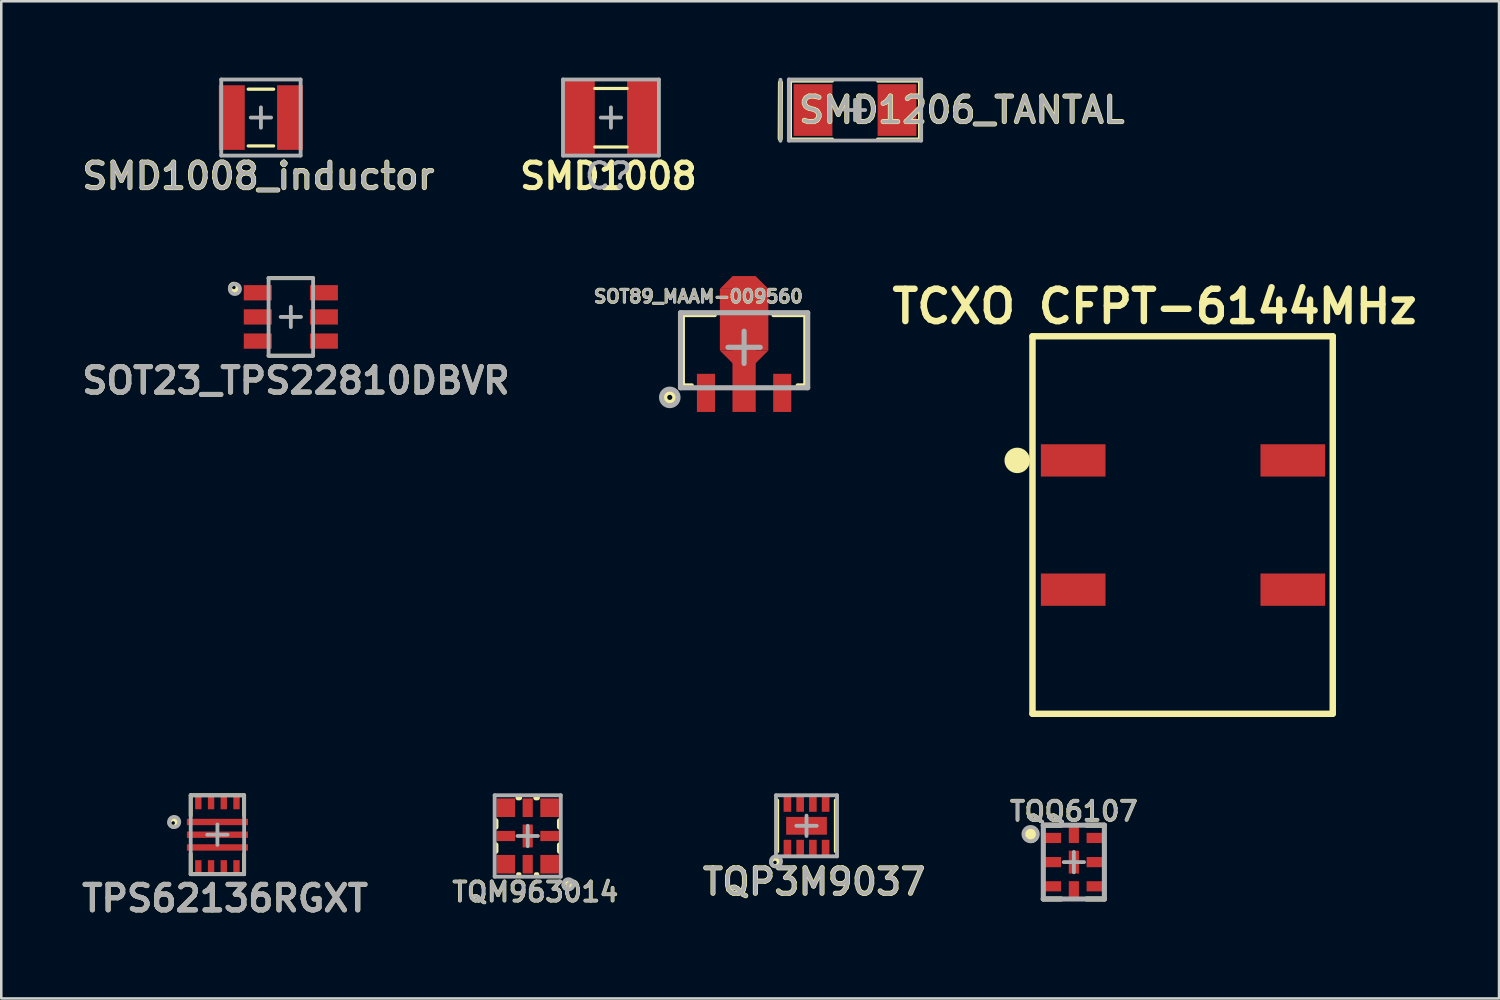
<source format=kicad_pcb>
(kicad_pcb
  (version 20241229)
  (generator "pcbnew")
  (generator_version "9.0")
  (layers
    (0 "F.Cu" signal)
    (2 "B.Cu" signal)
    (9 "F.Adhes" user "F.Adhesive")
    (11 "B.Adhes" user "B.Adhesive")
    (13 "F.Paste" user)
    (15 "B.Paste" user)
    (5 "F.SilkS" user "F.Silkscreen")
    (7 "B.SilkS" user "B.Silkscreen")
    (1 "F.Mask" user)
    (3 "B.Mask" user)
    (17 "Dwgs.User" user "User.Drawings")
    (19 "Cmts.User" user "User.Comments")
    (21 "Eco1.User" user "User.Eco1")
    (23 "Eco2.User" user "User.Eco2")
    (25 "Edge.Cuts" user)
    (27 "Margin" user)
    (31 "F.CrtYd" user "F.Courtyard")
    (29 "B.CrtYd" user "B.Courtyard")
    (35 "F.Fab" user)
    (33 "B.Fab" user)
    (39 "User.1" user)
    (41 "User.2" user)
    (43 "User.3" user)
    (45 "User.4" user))
  (footprint "SOT89_MAAM-009560"
    (layer "F.Cu")
    (at 26.195 10.6)
    (property "Reference" "SOT89_MAAM-009560" (at -1.8 -2 0) (layer "F.SilkS") (effects (font (size 0.5 0.5) (thickness 0.125))))
    (attr through_hole)
    (fp_line (start -2.4 -1.26) (end -1.15 -1.26) (stroke (width 0.15) (type solid)) (layer "F.SilkS"))
    (fp_line (start -2.4 1.49) (end -2.4 -1.26) (stroke (width 0.15) (type solid)) (layer "F.SilkS"))
    (fp_line (start -2.05 1.49) (end -2.4 1.49) (stroke (width 0.15) (type solid)) (layer "F.SilkS"))
    (fp_line (start 2.1 1.49) (end 2.4 1.49) (stroke (width 0.15) (type solid)) (layer "F.SilkS"))
    (fp_line (start 2.4 -1.26) (end 1.15 -1.26) (stroke (width 0.15) (type solid)) (layer "F.SilkS"))
    (fp_line (start 2.4 1.49) (end 2.4 -1.26) (stroke (width 0.15) (type solid)) (layer "F.SilkS"))
    (fp_circle (center -2.921 1.968) (end -2.731 2.032) (stroke (width 0.2) (type solid)) (fill no) (layer "F.SilkS"))
    (fp_line (start -2.5 -1.36) (end -2.5 1.59) (stroke (width 0.2) (type solid)) (layer "F.Fab"))
    (fp_line (start -2.5 1.59) (end 2.5 1.59) (stroke (width 0.2) (type solid)) (layer "F.Fab"))
    (fp_line (start -0.635 0) (end 0.635 0) (stroke (width 0.2) (type solid)) (layer "F.Fab"))
    (fp_line (start 0 -0.635) (end 0 0.635) (stroke (width 0.2) (type solid)) (layer "F.Fab"))
    (fp_line (start 2.5 -1.36) (end -2.5 -1.36) (stroke (width 0.2) (type solid)) (layer "F.Fab"))
    (fp_line (start 2.5 1.59) (end 2.5 -1.36) (stroke (width 0.2) (type solid)) (layer "F.Fab"))
    (fp_circle (center -2.921 1.968) (end -2.603 2.032) (stroke (width 0.2) (type solid)) (fill no) (layer "F.Fab"))
    (fp_text user "${REFERENCE}" (at -1.8 -2 0) (layer "F.Fab") (effects (font (size 0.5 0.5) (thickness 0.1))))
    (pad "1" smd rect (at -1.499 1.791) (size 0.711 1.499) (layers "F.Cu" "F.Mask" "F.Paste"))
    (pad "2" smd trapezoid (at 0 -2.546) (size 1.41 0.495) (rect_delta 0 0.495) (layers "F.Cu" "F.Mask" "F.Paste"))
    (pad "2" smd rect (at 0 -1.086) (size 1.905 2.426) (layers "F.Cu" "F.Mask" "F.Paste"))
    (pad "2" smd rect (at 0 -0.127) (size 0.914 5.334) (layers "F.Cu" "F.Mask" "F.Paste"))
    (pad "2" smd trapezoid (at 0 0.375 180) (size 1.41 0.495) (rect_delta 0 0.495) (layers "F.Cu" "F.Mask" "F.Paste"))
    (pad "3" smd rect (at 1.499 1.791) (size 0.711 1.499) (layers "F.Cu" "F.Mask" "F.Paste")))
  (footprint "SOT23_TPS22810DBVR"
    (layer "F.Cu")
    (at 8.381 9.406)
    (property "Reference" "SOT23_TPS22810DBVR" (at 0.2 2.5 0) (layer "F.SilkS") (effects (font (size 1 1) (thickness 0.2))))
    (attr through_hole)
    (fp_line (start -0.875 -1.525) (end 0.875 -1.525) (stroke (width 0.15) (type solid)) (layer "F.SilkS"))
    (fp_line (start -0.875 1.525) (end 0.875 1.525) (stroke (width 0.15) (type solid)) (layer "F.SilkS"))
    (fp_circle (center -2.24 -1.16) (end -2.133 -1.06) (stroke (width 0.152) (type solid)) (fill no) (layer "F.SilkS"))
    (fp_line (start -0.875 -1.525) (end -0.875 1.525) (stroke (width 0.15) (type solid)) (layer "F.Fab"))
    (fp_line (start -0.875 -1.525) (end 0.875 -1.525) (stroke (width 0.15) (type solid)) (layer "F.Fab"))
    (fp_line (start -0.875 1.525) (end 0.875 1.525) (stroke (width 0.15) (type solid)) (layer "F.Fab"))
    (fp_line (start -0.4 0) (end 0.4 0) (stroke (width 0.15) (type solid)) (layer "F.Fab"))
    (fp_line (start 0 -0.4) (end 0 0.4) (stroke (width 0.15) (type solid)) (layer "F.Fab"))
    (fp_line (start 0.875 -1.525) (end 0.875 1.525) (stroke (width 0.15) (type solid)) (layer "F.Fab"))
    (fp_circle (center -2.2 -1.1) (end -2 -1.1) (stroke (width 0.15) (type solid)) (fill no) (layer "F.Fab"))
    (fp_text user "${REFERENCE}" (at 0.2 2.5 0) (layer "F.Fab") (effects (font (size 1 1) (thickness 0.2))))
    (pad "1" smd rect (at -1.3 -0.95) (size 1.1 0.6) (layers "F.Cu" "F.Mask" "F.Paste"))
    (pad "2" smd rect (at -1.3 0) (size 1.1 0.6) (layers "F.Cu" "F.Mask" "F.Paste"))
    (pad "3" smd rect (at -1.3 0.95) (size 1.1 0.6) (layers "F.Cu" "F.Mask" "F.Paste"))
    (pad "4" smd rect (at 1.3 0.95) (size 1.1 0.6) (layers "F.Cu" "F.Mask" "F.Paste"))
    (pad "5" smd rect (at 1.3 0) (size 1.1 0.6) (layers "F.Cu" "F.Mask" "F.Paste"))
    (pad "6" smd rect (at 1.3 -0.95) (size 1.1 0.6) (layers "F.Cu" "F.Mask" "F.Paste")))
  (footprint "SMD1206_TANTAL"
    (layer "F.Cu")
    (at 30.554 1.275)
    (property "Reference" "SMD1206_TANTAL" (at 4.2 0 0) (layer "F.SilkS") (effects (font (size 1 1) (thickness 0.2))))
    (attr smd)
    (fp_line (start -2.94 1.12) (end -2.93 -1.08) (stroke (width 0.2) (type solid)) (layer "F.SilkS"))
    (fp_line (start -2.54 -1.143) (end -2.54 1.143) (stroke (width 0.127) (type solid)) (layer "F.SilkS"))
    (fp_line (start -2.54 1.143) (end -0.889 1.143) (stroke (width 0.127) (type solid)) (layer "F.SilkS"))
    (fp_line (start -0.889 -1.143) (end -2.54 -1.143) (stroke (width 0.127) (type solid)) (layer "F.SilkS"))
    (fp_line (start 0.889 -1.143) (end 2.54 -1.143) (stroke (width 0.127) (type solid)) (layer "F.SilkS"))
    (fp_line (start 2.54 -1.143) (end 2.54 1.143) (stroke (width 0.127) (type solid)) (layer "F.SilkS"))
    (fp_line (start 2.54 1.143) (end 0.889 1.143) (stroke (width 0.127) (type solid)) (layer "F.SilkS"))
    (fp_line (start -2.93 -1.19) (end -2.93 1.21) (stroke (width 0.15) (type solid)) (layer "F.Fab"))
    (fp_line (start -2.6 -1.2) (end 2.6 -1.2) (stroke (width 0.15) (type solid)) (layer "F.Fab"))
    (fp_line (start -2.6 1.2) (end -2.6 -1.2) (stroke (width 0.15) (type solid)) (layer "F.Fab"))
    (fp_line (start -0.4 0) (end 0.4 0) (stroke (width 0.15) (type solid)) (layer "F.Fab"))
    (fp_line (start 0 -0.4) (end 0 0.4) (stroke (width 0.15) (type solid)) (layer "F.Fab"))
    (fp_line (start 2.6 -1.2) (end 2.6 1.2) (stroke (width 0.15) (type solid)) (layer "F.Fab"))
    (fp_line (start 2.6 1.2) (end -2.6 1.2) (stroke (width 0.15) (type solid)) (layer "F.Fab"))
    (fp_text user "${REFERENCE}" (at 4.2 0 0) (layer "F.Fab") (effects (font (size 1 1) (thickness 0.15))))
    (pad "1" smd rect (at -1.651 0) (size 1.524 2.032) (layers "F.Cu" "F.Mask" "F.Paste"))
    (pad "2" smd rect (at 1.651 0) (size 1.524 2.032) (layers "F.Cu" "F.Mask" "F.Paste")))
  (footprint "SMD1008"
    (layer "F.Cu")
    (at 20.962 1.57)
    (property "Reference" "SMD1008" (at -0.1 2.3 0) (layer "F.SilkS") (effects (font (size 1 1) (thickness 0.2))))
    (attr smd)
    (fp_line (start 0.635 -1.143) (end -0.635 -1.143) (stroke (width 0.127) (type solid)) (layer "F.SilkS"))
    (fp_line (start 0.635 1.157) (end -0.635 1.157) (stroke (width 0.127) (type solid)) (layer "F.SilkS"))
    (fp_line (start -1.885 -1.495) (end 1.885 -1.495) (stroke (width 0.15) (type solid)) (layer "F.Fab"))
    (fp_line (start -1.885 1.495) (end -1.885 -1.495) (stroke (width 0.15) (type solid)) (layer "F.Fab"))
    (fp_line (start -0.4 0) (end 0.4 0) (stroke (width 0.15) (type solid)) (layer "F.Fab"))
    (fp_line (start 0 -0.4) (end 0 0.4) (stroke (width 0.15) (type solid)) (layer "F.Fab"))
    (fp_line (start 1.885 -1.495) (end 1.885 1.495) (stroke (width 0.15) (type solid)) (layer "F.Fab"))
    (fp_line (start 1.885 1.495) (end -1.885 1.495) (stroke (width 0.15) (type solid)) (layer "F.Fab"))
    (fp_text user "C?" (at -0.1 2.3 0) (layer "F.Fab") (effects (font (size 1 1) (thickness 0.15))))
    (pad "1" smd rect (at -1.245 0) (size 1.22 2.99) (layers "F.Cu" "F.Mask" "F.Paste"))
    (pad "2" smd rect (at 1.245 0) (size 1.22 2.99) (layers "F.Cu" "F.Mask" "F.Paste")))
  (footprint "TQM963014"
    (layer "F.Cu")
    (at 17.69 29.806)
    (property "Reference" "TQM963014" (at 0.3 2.2 0) (layer "F.SilkS") (effects (font (size 0.75 0.75) (thickness 0.15))))
    (attr through_hole)
    (fp_line (start -1.25 -0.6) (end -1.25 -0.35) (stroke (width 0.2) (type solid)) (layer "F.SilkS"))
    (fp_line (start -1.25 0.35) (end -1.25 0.6) (stroke (width 0.2) (type solid)) (layer "F.SilkS"))
    (fp_line (start -0.38 1.5) (end -0.32 1.5) (stroke (width 0.15) (type solid)) (layer "F.SilkS"))
    (fp_line (start -0.32 -1.5) (end -0.38 -1.5) (stroke (width 0.2) (type solid)) (layer "F.SilkS"))
    (fp_line (start 0.32 1.5) (end 0.38 1.5) (stroke (width 0.15) (type solid)) (layer "F.SilkS"))
    (fp_line (start 0.38 -1.5) (end 0.32 -1.5) (stroke (width 0.2) (type solid)) (layer "F.SilkS"))
    (fp_line (start 1.25 -0.6) (end 1.25 -0.35) (stroke (width 0.2) (type solid)) (layer "F.SilkS"))
    (fp_line (start 1.25 0.35) (end 1.25 0.6) (stroke (width 0.2) (type solid)) (layer "F.SilkS"))
    (fp_circle (center 1.56 1.94) (end 1.667 2.04) (stroke (width 0.152) (type solid)) (fill no) (layer "F.SilkS"))
    (fp_line (start -1.3 -1.6) (end -1.3 1.6) (stroke (width 0.15) (type solid)) (layer "F.Fab"))
    (fp_line (start -1.3 1.6) (end 1.3 1.6) (stroke (width 0.15) (type solid)) (layer "F.Fab"))
    (fp_line (start -0.4 0) (end 0.4 0) (stroke (width 0.15) (type solid)) (layer "F.Fab"))
    (fp_line (start 0 -0.4) (end 0 0.4) (stroke (width 0.15) (type solid)) (layer "F.Fab"))
    (fp_line (start 1.3 -1.6) (end -1.3 -1.6) (stroke (width 0.15) (type solid)) (layer "F.Fab"))
    (fp_line (start 1.3 1.6) (end 1.3 -1.6) (stroke (width 0.15) (type solid)) (layer "F.Fab"))
    (fp_circle (center 1.6 1.9) (end 1.8 1.9) (stroke (width 0.15) (type solid)) (fill no) (layer "F.Fab"))
    (fp_text user "${REFERENCE}" (at 0.3 2.2 0) (layer "F.Fab") (effects (font (size 0.75 0.75) (thickness 0.12))))
    (pad "1" smd rect (at 0.86 1.11) (size 0.73 0.73) (layers "F.Cu" "F.Mask" "F.Paste"))
    (pad "2" smd rect (at 0.86 0) (size 0.73 0.4) (layers "F.Cu" "F.Mask" "F.Paste"))
    (pad "3" smd rect (at 0.86 -1.11) (size 0.73 0.73) (layers "F.Cu" "F.Mask" "F.Paste"))
    (pad "4" smd rect (at 0 -1.11) (size 0.4 0.73) (layers "F.Cu" "F.Mask" "F.Paste"))
    (pad "5" smd rect (at -0.86 -1.11) (size 0.73 0.73) (layers "F.Cu" "F.Mask" "F.Paste"))
    (pad "6" smd rect (at -0.86 0) (size 0.73 0.4) (layers "F.Cu" "F.Mask" "F.Paste"))
    (pad "7" smd rect (at -0.86 1.11) (size 0.73 0.73) (layers "F.Cu" "F.Mask" "F.Paste"))
    (pad "8" smd rect (at 0 0) (size 0.4 0.9) (layers "F.Cu" "F.Mask" "F.Paste"))
    (pad "8" smd rect (at 0 1.11) (size 0.4 0.73) (layers "F.Cu" "F.Mask" "F.Paste")))
  (footprint "TQP3M9037"
    (layer "F.Cu")
    (at 28.648 29.406)
    (property "Reference" "TQP3M9037" (at 0.3 2.2 0) (layer "F.SilkS") (effects (font (size 1 1) (thickness 0.2))))
    (attr through_hole)
    (fp_line (start -1.15 -1) (end -1.15 1) (stroke (width 0.15) (type solid)) (layer "F.SilkS"))
    (fp_line (start 1.15 -1) (end 1.15 1) (stroke (width 0.15) (type solid)) (layer "F.SilkS"))
    (fp_circle (center -1.24 1.44) (end -1.133 1.54) (stroke (width 0.152) (type solid)) (fill no) (layer "F.SilkS"))
    (fp_line (start -1.2 -1.2) (end -1.2 1.2) (stroke (width 0.15) (type solid)) (layer "F.Fab"))
    (fp_line (start -1.2 -1.2) (end 1.2 -1.2) (stroke (width 0.15) (type solid)) (layer "F.Fab"))
    (fp_line (start -1.2 1.2) (end 1.2 1.2) (stroke (width 0.15) (type solid)) (layer "F.Fab"))
    (fp_line (start -0.4 0) (end 0.4 0) (stroke (width 0.15) (type solid)) (layer "F.Fab"))
    (fp_line (start 0 -0.4) (end 0 0.4) (stroke (width 0.15) (type solid)) (layer "F.Fab"))
    (fp_line (start 1.2 -1.2) (end 1.2 1.2) (stroke (width 0.15) (type solid)) (layer "F.Fab"))
    (fp_circle (center -1.2 1.4) (end -1 1.4) (stroke (width 0.15) (type solid)) (fill no) (layer "F.Fab"))
    (fp_text user "${REFERENCE}" (at 0.3 2.2 0) (layer "F.Fab") (effects (font (size 1 1) (thickness 0.15))))
    (pad "1" smd rect (at -0.75 0.885) (size 0.3 0.67) (layers "F.Cu" "F.Mask" "F.Paste"))
    (pad "2" smd rect (at -0.25 0.885) (size 0.3 0.67) (layers "F.Cu" "F.Mask" "F.Paste"))
    (pad "3" smd rect (at 0.25 0.885) (size 0.3 0.67) (layers "F.Cu" "F.Mask" "F.Paste"))
    (pad "4" smd rect (at 0.75 0.885) (size 0.3 0.67) (layers "F.Cu" "F.Mask" "F.Paste"))
    (pad "5" smd rect (at 0.75 -0.885) (size 0.3 0.67) (layers "F.Cu" "F.Mask" "F.Paste"))
    (pad "6" smd rect (at 0.25 -0.885) (size 0.3 0.67) (layers "F.Cu" "F.Mask" "F.Paste"))
    (pad "7" smd rect (at -0.25 -0.885) (size 0.3 0.67) (layers "F.Cu" "F.Mask" "F.Paste"))
    (pad "8" smd rect (at -0.75 -0.885) (size 0.3 0.67) (layers "F.Cu" "F.Mask" "F.Paste"))
    (pad "9" smd rect (at 0 0) (size 1.6 0.7) (layers "F.Cu" "F.Mask" "F.Paste")))
  (footprint "TCXO CFPT-6144MHz"
    (layer "F.Cu")
    (at 39.129 15.045)
    (property "Reference" "TCXO CFPT-6144MHz" (at 3.2 -6.05 0) (layer "F.SilkS") (effects (font (size 1.27 1.27) (thickness 0.254))))
    (attr through_hole)
    (fp_line (start -1.6 -4.879) (end 10.201 -4.879) (stroke (width 0.254) (type solid)) (layer "F.SilkS"))
    (fp_line (start -1.6 -4.874) (end -1.6 9.949) (stroke (width 0.254) (type solid)) (layer "F.SilkS"))
    (fp_line (start -1.6 9.959) (end 10.201 9.959) (stroke (width 0.254) (type solid)) (layer "F.SilkS"))
    (fp_line (start 10.201 -4.874) (end 10.201 9.949) (stroke (width 0.254) (type solid)) (layer "F.SilkS"))
    (fp_circle (center -2.2 0) (end -1.999 0.15) (stroke (width 0.5) (type solid)) (fill no) (layer "F.SilkS"))
    (pad "1" smd rect (at 0 0) (size 2.54 1.27) (layers "F.Cu" "F.Mask" "F.Paste"))
    (pad "2" smd rect (at 0 5.08) (size 2.54 1.27) (layers "F.Cu" "F.Mask" "F.Paste"))
    (pad "3" smd rect (at 8.631 5.08) (size 2.54 1.27) (layers "F.Cu" "F.Mask" "F.Paste"))
    (pad "4" smd rect (at 8.631 0) (size 2.54 1.27) (layers "F.Cu" "F.Mask" "F.Paste")))
  (footprint "TQQ6107"
    (layer "F.Cu")
    (at 39.155 30.833)
    (property "Reference" "TQQ6107" (at 0 -2 0) (layer "F.SilkS") (effects (font (size 0.75 0.75) (thickness 0.15))))
    (attr smd)
    (fp_line (start -1.2 -1.45) (end -0.5 -1.45) (stroke (width 0.2) (type solid)) (layer "F.SilkS"))
    (fp_line (start -1.2 1.45) (end -0.5 1.45) (stroke (width 0.2) (type solid)) (layer "F.SilkS"))
    (fp_line (start 0.5 -1.45) (end 1.2 -1.45) (stroke (width 0.2) (type solid)) (layer "F.SilkS"))
    (fp_line (start 0.5 1.45) (end 1.2 1.45) (stroke (width 0.2) (type solid)) (layer "F.SilkS"))
    (fp_circle (center -1.674 -1.055) (end -1.527 -1.025) (stroke (width 0.3) (type solid)) (fill no) (layer "F.SilkS"))
    (fp_line (start -1.2 -1.45) (end 1.2 -1.45) (stroke (width 0.2) (type solid)) (layer "F.Fab"))
    (fp_line (start -1.2 1.45) (end -1.2 -1.45) (stroke (width 0.2) (type solid)) (layer "F.Fab"))
    (fp_line (start -1.2 1.45) (end 1.2 1.45) (stroke (width 0.2) (type solid)) (layer "F.Fab"))
    (fp_line (start -0.4 0) (end 0.4 0) (stroke (width 0.15) (type solid)) (layer "F.Fab"))
    (fp_line (start 0 -0.4) (end 0 0.4) (stroke (width 0.15) (type solid)) (layer "F.Fab"))
    (fp_line (start 1.2 1.45) (end 1.2 -1.45) (stroke (width 0.2) (type solid)) (layer "F.Fab"))
    (fp_circle (center -1.7 -1.1) (end -1.5 -0.9) (stroke (width 0.15) (type solid)) (fill no) (layer "F.Fab"))
    (fp_text user "${REFERENCE}" (at 0 -2 0) (layer "F.Fab") (effects (font (size 0.75 0.75) (thickness 0.125))))
    (pad "1" smd rect (at -0.838 -0.95) (size 0.675 0.4) (layers "F.Cu" "F.Mask" "F.Paste"))
    (pad "2" smd rect (at -0.838 0) (size 0.675 0.4) (layers "F.Cu" "F.Mask" "F.Paste"))
    (pad "3" smd rect (at -0.838 0.95) (size 0.675 0.4) (layers "F.Cu" "F.Mask" "F.Paste"))
    (pad "4" smd rect (at 0 1.087) (size 0.4 0.675) (layers "F.Cu" "F.Mask" "F.Paste"))
    (pad "5" smd rect (at 0.838 0.95) (size 0.675 0.4) (layers "F.Cu" "F.Mask" "F.Paste"))
    (pad "6" smd rect (at 0.838 0) (size 0.675 0.4) (layers "F.Cu" "F.Mask" "F.Paste"))
    (pad "7" smd rect (at 0.838 -0.95) (size 0.675 0.4) (layers "F.Cu" "F.Mask" "F.Paste"))
    (pad "8" smd rect (at 0 -1.087) (size 0.4 0.675) (layers "F.Cu" "F.Mask" "F.Paste"))
    (pad "8" smd rect (at 0 0) (size 0.4 0.9) (layers "F.Cu" "F.Mask" "F.Paste")))
  (footprint "TPS62136RGXT"
    (layer "F.Cu")
    (at 5.495 29.756)
    (property "Reference" "TPS62136RGXT" (at 0.3 2.5 0) (layer "F.SilkS") (effects (font (size 1 1) (thickness 0.2))))
    (attr through_hole)
    (fp_line (start -1.05 -1.55) (end -1.05 -0.75) (stroke (width 0.15) (type solid)) (layer "F.SilkS"))
    (fp_line (start -1.05 -1.55) (end 1.05 -1.55) (stroke (width 0.15) (type solid)) (layer "F.SilkS"))
    (fp_line (start -1.05 0.75) (end -1.05 1.55) (stroke (width 0.15) (type solid)) (layer "F.SilkS"))
    (fp_line (start -1.05 1.55) (end 1.05 1.55) (stroke (width 0.15) (type solid)) (layer "F.SilkS"))
    (fp_line (start 1.05 -1.55) (end 1.05 -0.75) (stroke (width 0.15) (type solid)) (layer "F.SilkS"))
    (fp_line (start 1.05 0.75) (end 1.05 1.55) (stroke (width 0.15) (type solid)) (layer "F.SilkS"))
    (fp_circle (center -1.74 -0.46) (end -1.633 -0.36) (stroke (width 0.152) (type solid)) (fill no) (layer "F.SilkS"))
    (fp_line (start -1.05 -1.55) (end -1.05 1.55) (stroke (width 0.15) (type solid)) (layer "F.Fab"))
    (fp_line (start -1.05 -1.55) (end 1.05 -1.55) (stroke (width 0.15) (type solid)) (layer "F.Fab"))
    (fp_line (start -1.05 1.55) (end 1.05 1.55) (stroke (width 0.15) (type solid)) (layer "F.Fab"))
    (fp_line (start -0.4 0) (end 0.4 0) (stroke (width 0.15) (type solid)) (layer "F.Fab"))
    (fp_line (start 0 -0.4) (end 0 0.4) (stroke (width 0.15) (type solid)) (layer "F.Fab"))
    (fp_line (start 1.05 -1.55) (end 1.05 1.55) (stroke (width 0.15) (type solid)) (layer "F.Fab"))
    (fp_circle (center -1.7 -0.5) (end -1.5 -0.5) (stroke (width 0.15) (type solid)) (fill no) (layer "F.Fab"))
    (fp_text user "${REFERENCE}" (at 0.3 2.5 0) (layer "F.Fab") (effects (font (size 1 1) (thickness 0.2))))
    (pad "1" smd rect (at 0 -0.5) (size 2.4 0.25) (layers "F.Cu" "F.Mask" "F.Paste"))
    (pad "2" smd rect (at 0 0) (size 2.4 0.25) (layers "F.Cu" "F.Mask" "F.Paste"))
    (pad "3" smd rect (at 0 0.5) (size 2.4 0.25) (layers "F.Cu" "F.Mask" "F.Paste"))
    (pad "4" smd rect (at -0.75 1.3) (size 0.25 0.6) (layers "F.Cu" "F.Mask" "F.Paste"))
    (pad "5" smd rect (at -0.25 1.3) (size 0.25 0.6) (layers "F.Cu" "F.Mask" "F.Paste"))
    (pad "6" smd rect (at 0.25 1.3) (size 0.25 0.6) (layers "F.Cu" "F.Mask" "F.Paste"))
    (pad "7" smd rect (at 0.75 1.3) (size 0.25 0.6) (layers "F.Cu" "F.Mask" "F.Paste"))
    (pad "8" smd rect (at 0.75 -1.3) (size 0.25 0.6) (layers "F.Cu" "F.Mask" "F.Paste"))
    (pad "9" smd rect (at 0.25 -1.3) (size 0.25 0.6) (layers "F.Cu" "F.Mask" "F.Paste"))
    (pad "10" smd rect (at -0.25 -1.3) (size 0.25 0.6) (layers "F.Cu" "F.Mask" "F.Paste"))
    (pad "11" smd rect (at -0.75 -1.3) (size 0.25 0.6) (layers "F.Cu" "F.Mask" "F.Paste")))
  (footprint "SMD1008_inductor"
    (layer "F.Cu")
    (at 7.205 1.57)
    (property "Reference" "SMD1008_inductor" (at -0.1 2.3 0) (layer "F.SilkS") (effects (font (size 1 1) (thickness 0.2))))
    (attr smd)
    (fp_line (start 0.5 -1.115) (end -0.5 -1.115) (stroke (width 0.127) (type solid)) (layer "F.SilkS"))
    (fp_line (start 0.5 1.115) (end -0.5 1.115) (stroke (width 0.127) (type solid)) (layer "F.SilkS"))
    (fp_line (start -1.56 -1.495) (end 1.56 -1.495) (stroke (width 0.15) (type solid)) (layer "F.Fab"))
    (fp_line (start -1.56 1.495) (end -1.56 -1.495) (stroke (width 0.15) (type solid)) (layer "F.Fab"))
    (fp_line (start -1.56 1.495) (end 1.56 1.495) (stroke (width 0.15) (type solid)) (layer "F.Fab"))
    (fp_line (start -0.4 0) (end 0.4 0) (stroke (width 0.15) (type solid)) (layer "F.Fab"))
    (fp_line (start 0 -0.4) (end 0 0.4) (stroke (width 0.15) (type solid)) (layer "F.Fab"))
    (fp_line (start 1.56 -1.495) (end 1.56 1.495) (stroke (width 0.15) (type solid)) (layer "F.Fab"))
    (fp_text user "${REFERENCE}" (at -0.1 2.3 0) (layer "F.Fab") (effects (font (size 1 1) (thickness 0.15))))
    (pad "1" smd rect (at -1.145 0) (size 1.02 2.54) (layers "F.Cu" "F.Mask" "F.Paste"))
    (pad "2" smd rect (at 1.145 0) (size 1.02 2.54) (layers "F.Cu" "F.Mask" "F.Paste")))
  (gr_rect
    (start -3 -3)
    (end 55.865 36.192)
    (stroke (width 0.1) (type default))
    (fill no)
    (layer "Edge.Cuts")))
</source>
